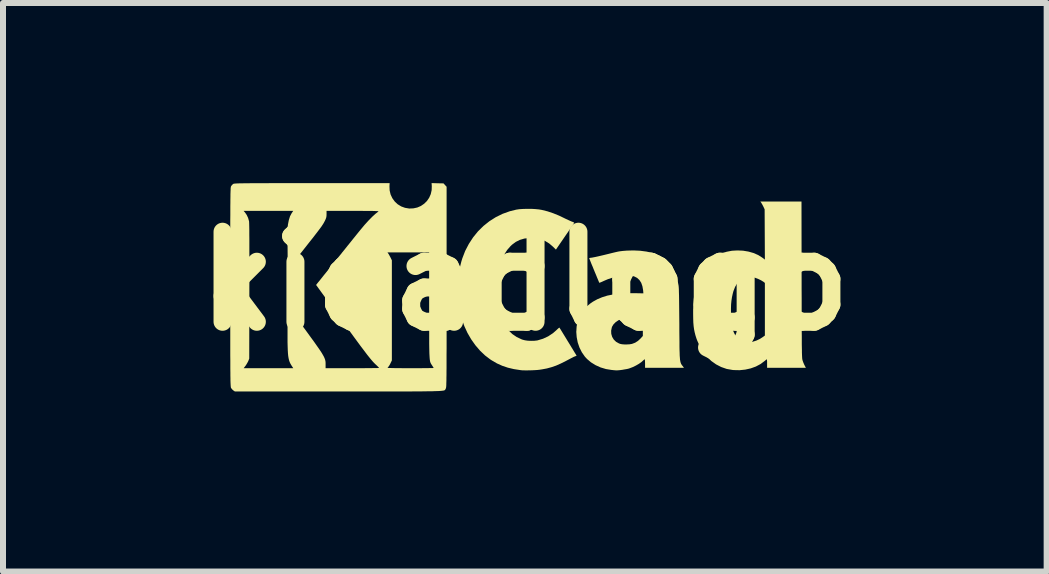
<source format=kicad_pcb>
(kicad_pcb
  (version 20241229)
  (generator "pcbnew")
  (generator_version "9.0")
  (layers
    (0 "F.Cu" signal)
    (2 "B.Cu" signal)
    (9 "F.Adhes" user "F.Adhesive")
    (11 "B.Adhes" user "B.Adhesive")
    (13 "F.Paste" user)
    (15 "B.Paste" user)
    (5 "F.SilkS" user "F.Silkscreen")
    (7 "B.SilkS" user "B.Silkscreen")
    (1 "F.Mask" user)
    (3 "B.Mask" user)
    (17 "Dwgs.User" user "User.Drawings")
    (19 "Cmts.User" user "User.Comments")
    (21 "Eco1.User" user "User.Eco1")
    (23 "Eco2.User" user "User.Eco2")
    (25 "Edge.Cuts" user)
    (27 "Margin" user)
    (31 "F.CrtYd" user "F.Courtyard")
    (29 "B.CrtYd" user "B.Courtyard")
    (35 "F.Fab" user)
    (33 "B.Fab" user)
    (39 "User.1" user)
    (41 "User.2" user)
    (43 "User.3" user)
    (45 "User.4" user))
  (footprint "kicadlogo"
    (layer "F.Cu")
    (at 5.693 1.632)
    (property "Reference" "kicadlogo" (at 0 0 0) (layer "F.SilkS") (effects (font (size 1.5 1.5) (thickness 0.3))))
    (attr board_only exclude_from_pos_files exclude_from_bom)
    (fp_poly (pts (xy 4.611 -0.024) (xy 4.611 0.14) (xy 4.612 0.289) (xy 4.612 0.425) (xy 4.612 0.548) (xy 4.613 0.659) (xy 4.613 0.758) (xy 4.613 0.847) (xy 4.614 0.925) (xy 4.614 0.993) (xy 4.614 1.053) (xy 4.615 1.105) (xy 4.616 1.149) (xy 4.616 1.186) (xy 4.617 1.217) (xy 4.618 1.243) (xy 4.619 1.264) (xy 4.62 1.28) (xy 4.621 1.294) (xy 4.623 1.304) (xy 4.624 1.312) (xy 4.626 1.319) (xy 4.627 1.322) (xy 4.638 1.354) (xy 4.653 1.389) (xy 4.661 1.405) (xy 4.682 1.445) (xy 4.359 1.445) (xy 4.036 1.445) (xy 4.036 1.374) (xy 4.036 1.343) (xy 4.034 1.32) (xy 4.033 1.306) (xy 4.032 1.303) (xy 4.024 1.308) (xy 4.009 1.32) (xy 3.992 1.334) (xy 3.926 1.383) (xy 3.849 1.424) (xy 3.763 1.455) (xy 3.673 1.475) (xy 3.578 1.485) (xy 3.482 1.483) (xy 3.46 1.481) (xy 3.363 1.464) (xy 3.271 1.432) (xy 3.186 1.388) (xy 3.107 1.332) (xy 3.035 1.263) (xy 2.972 1.184) (xy 2.918 1.094) (xy 2.873 0.994) (xy 2.859 0.957) (xy 2.842 0.903) (xy 2.829 0.852) (xy 2.819 0.802) (xy 2.812 0.75) (xy 2.807 0.692) (xy 2.805 0.625) (xy 2.804 0.547) (xy 2.804 0.472) (xy 2.805 0.459) (xy 3.434 0.459) (xy 3.434 0.538) (xy 3.435 0.564) (xy 3.438 0.633) (xy 3.442 0.69) (xy 3.447 0.738) (xy 3.455 0.778) (xy 3.465 0.814) (xy 3.479 0.849) (xy 3.485 0.862) (xy 3.505 0.902) (xy 3.523 0.931) (xy 3.543 0.954) (xy 3.567 0.973) (xy 3.571 0.976) (xy 3.622 1.002) (xy 3.68 1.016) (xy 3.743 1.018) (xy 3.803 1.009) (xy 3.859 0.991) (xy 3.916 0.964) (xy 3.967 0.931) (xy 3.999 0.908) (xy 3.999 0.469) (xy 3.999 0.031) (xy 3.975 0.012) (xy 3.934 -0.013) (xy 3.886 -0.036) (xy 3.838 -0.054) (xy 3.814 -0.06) (xy 3.746 -0.067) (xy 3.684 -0.061) (xy 3.629 -0.041) (xy 3.58 -0.008) (xy 3.538 0.038) (xy 3.503 0.097) (xy 3.475 0.168) (xy 3.464 0.209) (xy 3.451 0.268) (xy 3.442 0.327) (xy 3.436 0.39) (xy 3.434 0.459) (xy 2.805 0.459) (xy 2.806 0.407) (xy 2.809 0.351) (xy 2.814 0.298) (xy 2.821 0.247) (xy 2.831 0.192) (xy 2.838 0.156) (xy 2.867 0.041) (xy 2.906 -0.066) (xy 2.954 -0.163) (xy 3.012 -0.251) (xy 3.06 -0.307) (xy 3.11 -0.354) (xy 3.17 -0.398) (xy 3.236 -0.437) (xy 3.303 -0.468) (xy 3.362 -0.488) (xy 3.451 -0.505) (xy 3.543 -0.51) (xy 3.635 -0.506) (xy 3.725 -0.491) (xy 3.81 -0.467) (xy 3.888 -0.433) (xy 3.956 -0.39) (xy 3.96 -0.387) (xy 3.999 -0.357) (xy 3.997 -0.776) (xy 3.995 -1.195) (xy 3.975 -1.238) (xy 3.961 -1.265) (xy 3.947 -1.29) (xy 3.939 -1.304) (xy 3.923 -1.325) (xy 4.266 -1.325) (xy 4.609 -1.325)) (stroke (width 0) (type solid)) (fill yes) (layer "F.SilkS"))
    (fp_poly (pts (xy 0.108 -1.203) (xy 0.175 -1.199) (xy 0.236 -1.193) (xy 0.283 -1.185) (xy 0.379 -1.161) (xy 0.474 -1.129) (xy 0.57 -1.09) (xy 0.643 -1.055) (xy 0.684 -1.035) (xy 0.723 -1.017) (xy 0.756 -1.002) (xy 0.781 -0.991) (xy 0.793 -0.987) (xy 0.811 -0.98) (xy 0.821 -0.973) (xy 0.822 -0.971) (xy 0.817 -0.963) (xy 0.806 -0.945) (xy 0.787 -0.918) (xy 0.763 -0.882) (xy 0.735 -0.84) (xy 0.702 -0.792) (xy 0.669 -0.744) (xy 0.518 -0.524) (xy 0.468 -0.573) (xy 0.406 -0.626) (xy 0.339 -0.667) (xy 0.265 -0.695) (xy 0.182 -0.712) (xy 0.164 -0.714) (xy 0.074 -0.717) (xy -0.007 -0.708) (xy -0.082 -0.686) (xy -0.151 -0.652) (xy -0.215 -0.604) (xy -0.239 -0.581) (xy -0.294 -0.518) (xy -0.341 -0.445) (xy -0.38 -0.361) (xy -0.412 -0.265) (xy -0.436 -0.158) (xy -0.451 -0.068) (xy -0.455 -0.022) (xy -0.459 0.036) (xy -0.461 0.099) (xy -0.461 0.165) (xy -0.461 0.228) (xy -0.459 0.286) (xy -0.455 0.334) (xy -0.454 0.343) (xy -0.435 0.462) (xy -0.407 0.57) (xy -0.37 0.666) (xy -0.325 0.749) (xy -0.271 0.822) (xy -0.208 0.883) (xy -0.136 0.932) (xy -0.054 0.971) (xy -0.037 0.977) (xy 0.002 0.987) (xy 0.051 0.994) (xy 0.104 0.996) (xy 0.157 0.995) (xy 0.204 0.99) (xy 0.213 0.988) (xy 0.303 0.961) (xy 0.389 0.921) (xy 0.469 0.868) (xy 0.523 0.821) (xy 0.545 0.8) (xy 0.563 0.784) (xy 0.574 0.776) (xy 0.576 0.775) (xy 0.58 0.782) (xy 0.592 0.8) (xy 0.609 0.828) (xy 0.631 0.864) (xy 0.658 0.908) (xy 0.688 0.957) (xy 0.72 1.01) (xy 0.721 1.011) (xy 0.863 1.244) (xy 0.843 1.252) (xy 0.834 1.255) (xy 0.825 1.259) (xy 0.813 1.264) (xy 0.798 1.272) (xy 0.776 1.283) (xy 0.746 1.299) (xy 0.706 1.32) (xy 0.685 1.331) (xy 0.599 1.374) (xy 0.52 1.409) (xy 0.444 1.435) (xy 0.367 1.456) (xy 0.287 1.471) (xy 0.241 1.478) (xy 0.202 1.482) (xy 0.154 1.485) (xy 0.102 1.487) (xy 0.049 1.488) (xy -0.001 1.488) (xy -0.043 1.487) (xy -0.071 1.484) (xy -0.182 1.467) (xy -0.283 1.443) (xy -0.375 1.412) (xy -0.464 1.372) (xy -0.55 1.322) (xy -0.575 1.306) (xy -0.663 1.239) (xy -0.746 1.16) (xy -0.824 1.069) (xy -0.894 0.97) (xy -0.956 0.863) (xy -1.008 0.75) (xy -1.05 0.634) (xy -1.065 0.581) (xy -1.082 0.51) (xy -1.095 0.441) (xy -1.104 0.371) (xy -1.11 0.295) (xy -1.114 0.209) (xy -1.115 0.197) (xy -1.115 0.078) (xy -1.111 -0.031) (xy -1.1 -0.131) (xy -1.082 -0.228) (xy -1.058 -0.323) (xy -1.042 -0.376) (xy -0.994 -0.501) (xy -0.933 -0.618) (xy -0.862 -0.727) (xy -0.781 -0.827) (xy -0.69 -0.917) (xy -0.591 -0.996) (xy -0.484 -1.064) (xy -0.37 -1.12) (xy -0.25 -1.163) (xy -0.145 -1.189) (xy -0.093 -1.197) (xy -0.031 -1.201) (xy 0.038 -1.203)) (stroke (width 0) (type solid)) (fill yes) (layer "F.SilkS"))
    (fp_poly (pts (xy 1.92 -0.505) (xy 2.027 -0.491) (xy 2.126 -0.469) (xy 2.167 -0.457) (xy 2.25 -0.422) (xy 2.325 -0.377) (xy 2.39 -0.322) (xy 2.444 -0.258) (xy 2.482 -0.193) (xy 2.515 -0.114) (xy 2.542 -0.024) (xy 2.561 0.074) (xy 2.562 0.082) (xy 2.564 0.103) (xy 2.566 0.137) (xy 2.567 0.184) (xy 2.569 0.245) (xy 2.57 0.319) (xy 2.571 0.407) (xy 2.572 0.51) (xy 2.573 0.626) (xy 2.574 0.715) (xy 2.574 0.826) (xy 2.575 0.924) (xy 2.576 1.009) (xy 2.576 1.082) (xy 2.577 1.145) (xy 2.579 1.197) (xy 2.58 1.241) (xy 2.583 1.277) (xy 2.585 1.307) (xy 2.589 1.33) (xy 2.593 1.35) (xy 2.598 1.365) (xy 2.603 1.378) (xy 2.61 1.39) (xy 2.617 1.401) (xy 2.626 1.412) (xy 2.651 1.445) (xy 2.327 1.445) (xy 2.003 1.445) (xy 2.003 1.374) (xy 2.002 1.343) (xy 2.001 1.32) (xy 1.998 1.306) (xy 1.997 1.303) (xy 1.988 1.308) (xy 1.976 1.319) (xy 1.944 1.348) (xy 1.902 1.378) (xy 1.852 1.407) (xy 1.799 1.433) (xy 1.747 1.453) (xy 1.725 1.46) (xy 1.698 1.466) (xy 1.662 1.472) (xy 1.623 1.479) (xy 1.585 1.484) (xy 1.551 1.487) (xy 1.526 1.488) (xy 1.519 1.488) (xy 1.507 1.487) (xy 1.484 1.485) (xy 1.455 1.482) (xy 1.445 1.481) (xy 1.352 1.466) (xy 1.262 1.439) (xy 1.178 1.401) (xy 1.102 1.354) (xy 1.036 1.298) (xy 1.001 1.26) (xy 0.95 1.187) (xy 0.91 1.107) (xy 0.881 1.022) (xy 0.864 0.934) (xy 0.857 0.845) (xy 0.859 0.826) (xy 1.438 0.826) (xy 1.44 0.88) (xy 1.455 0.93) (xy 1.482 0.975) (xy 1.52 1.012) (xy 1.568 1.039) (xy 1.59 1.047) (xy 1.619 1.053) (xy 1.658 1.056) (xy 1.701 1.056) (xy 1.743 1.054) (xy 1.779 1.048) (xy 1.785 1.047) (xy 1.838 1.027) (xy 1.885 0.997) (xy 1.928 0.957) (xy 1.966 0.915) (xy 1.966 0.759) (xy 1.966 0.604) (xy 1.931 0.598) (xy 1.894 0.594) (xy 1.848 0.593) (xy 1.798 0.594) (xy 1.748 0.597) (xy 1.705 0.601) (xy 1.68 0.606) (xy 1.616 0.626) (xy 1.56 0.653) (xy 1.512 0.686) (xy 1.476 0.723) (xy 1.452 0.763) (xy 1.45 0.77) (xy 1.438 0.826) (xy 0.859 0.826) (xy 0.863 0.756) (xy 0.88 0.67) (xy 0.909 0.59) (xy 0.945 0.523) (xy 0.983 0.473) (xy 1.031 0.424) (xy 1.085 0.378) (xy 1.134 0.344) (xy 1.208 0.303) (xy 1.287 0.27) (xy 1.373 0.243) (xy 1.468 0.224) (xy 1.572 0.21) (xy 1.687 0.203) (xy 1.814 0.202) (xy 1.827 0.202) (xy 1.975 0.205) (xy 1.971 0.156) (xy 1.959 0.087) (xy 1.939 0.029) (xy 1.909 -0.017) (xy 1.87 -0.053) (xy 1.82 -0.078) (xy 1.761 -0.092) (xy 1.691 -0.096) (xy 1.611 -0.09) (xy 1.578 -0.085) (xy 1.48 -0.063) (xy 1.386 -0.032) (xy 1.316 -0.002) (xy 1.286 0.012) (xy 1.262 0.022) (xy 1.246 0.028) (xy 1.241 0.029) (xy 1.237 0.021) (xy 1.229 0.002) (xy 1.217 -0.027) (xy 1.202 -0.063) (xy 1.185 -0.105) (xy 1.166 -0.15) (xy 1.147 -0.196) (xy 1.129 -0.241) (xy 1.111 -0.283) (xy 1.096 -0.321) (xy 1.084 -0.351) (xy 1.076 -0.371) (xy 1.072 -0.381) (xy 1.072 -0.381) (xy 1.079 -0.384) (xy 1.097 -0.388) (xy 1.118 -0.39) (xy 1.138 -0.394) (xy 1.17 -0.4) (xy 1.211 -0.409) (xy 1.259 -0.42) (xy 1.31 -0.432) (xy 1.343 -0.44) (xy 1.408 -0.456) (xy 1.46 -0.469) (xy 1.502 -0.479) (xy 1.537 -0.487) (xy 1.566 -0.493) (xy 1.593 -0.497) (xy 1.618 -0.5) (xy 1.646 -0.503) (xy 1.677 -0.505) (xy 1.696 -0.507) (xy 1.809 -0.51)) (stroke (width 0) (type solid)) (fill yes) (layer "F.SilkS"))
    (fp_poly (pts (xy -1.454 -1.629) (xy -1.354 -1.627) (xy -1.329 -1.599) (xy -1.303 -1.571) (xy -1.303 0.099) (xy -1.303 0.284) (xy -1.303 0.456) (xy -1.303 0.614) (xy -1.303 0.758) (xy -1.303 0.89) (xy -1.303 1.01) (xy -1.303 1.119) (xy -1.304 1.217) (xy -1.304 1.305) (xy -1.304 1.383) (xy -1.304 1.452) (xy -1.305 1.512) (xy -1.305 1.565) (xy -1.306 1.61) (xy -1.306 1.648) (xy -1.307 1.681) (xy -1.308 1.707) (xy -1.308 1.729) (xy -1.309 1.746) (xy -1.31 1.76) (xy -1.311 1.77) (xy -1.313 1.778) (xy -1.314 1.784) (xy -1.315 1.788) (xy -1.317 1.791) (xy -1.318 1.793) (xy -1.321 1.798) (xy -1.323 1.803) (xy -1.325 1.807) (xy -1.327 1.811) (xy -1.33 1.815) (xy -1.335 1.818) (xy -1.343 1.821) (xy -1.352 1.824) (xy -1.365 1.826) (xy -1.382 1.828) (xy -1.404 1.83) (xy -1.43 1.832) (xy -1.462 1.833) (xy -1.5 1.834) (xy -1.545 1.836) (xy -1.596 1.836) (xy -1.656 1.837) (xy -1.724 1.838) (xy -1.801 1.838) (xy -1.887 1.839) (xy -1.984 1.839) (xy -2.09 1.839) (xy -2.209 1.839) (xy -2.338 1.839) (xy -2.481 1.839) (xy -2.636 1.839) (xy -2.804 1.839) (xy -2.986 1.839) (xy -3.108 1.839) (xy -4.831 1.839) (xy -4.856 1.822) (xy -4.876 1.804) (xy -4.893 1.782) (xy -4.894 1.78) (xy -4.896 1.776) (xy -4.897 1.771) (xy -4.898 1.765) (xy -4.899 1.755) (xy -4.9 1.743) (xy -4.901 1.727) (xy -4.902 1.707) (xy -4.903 1.682) (xy -4.904 1.652) (xy -4.904 1.616) (xy -4.905 1.573) (xy -4.905 1.523) (xy -4.906 1.465) (xy -4.906 1.399) (xy -4.906 1.324) (xy -4.907 1.24) (xy -4.907 1.146) (xy -4.907 1.04) (xy -4.907 0.924) (xy -4.907 0.796) (xy -4.907 0.655) (xy -4.907 0.502) (xy -4.907 0.335) (xy -4.907 0.154) (xy -4.907 0.102) (xy -4.907 -0.084) (xy -4.907 -0.255) (xy -4.907 -0.413) (xy -4.907 -0.557) (xy -4.907 -0.689) (xy -4.907 -0.808) (xy -4.907 -0.917) (xy -4.907 -1.014) (xy -4.906 -1.102) (xy -4.906 -1.169) (xy -4.685 -1.169) (xy -4.661 -1.142) (xy -4.633 -1.101) (xy -4.61 -1.052) (xy -4.595 -0.999) (xy -4.594 -0.996) (xy -4.593 -0.982) (xy -4.592 -0.954) (xy -4.591 -0.91) (xy -4.59 -0.852) (xy -4.59 -0.78) (xy -4.589 -0.693) (xy -4.589 -0.593) (xy -4.589 -0.478) (xy -4.588 -0.349) (xy -4.588 -0.207) (xy -4.588 -0.051) (xy -4.589 0.119) (xy -4.589 0.168) (xy -4.591 1.292) (xy -4.607 1.333) (xy -4.622 1.362) (xy -4.641 1.394) (xy -4.654 1.413) (xy -4.684 1.452) (xy -4.27 1.452) (xy -3.857 1.452) (xy -3.883 1.413) (xy -3.897 1.39) (xy -3.91 1.366) (xy -3.92 1.342) (xy -3.929 1.314) (xy -3.936 1.283) (xy -3.942 1.246) (xy -3.946 1.202) (xy -3.949 1.151) (xy -3.951 1.091) (xy -3.953 1.021) (xy -3.953 0.939) (xy -3.953 0.844) (xy -3.953 0.777) (xy -3.95 0.412) (xy -3.686 0.772) (xy -3.62 0.862) (xy -3.563 0.941) (xy -3.513 1.009) (xy -3.471 1.069) (xy -3.435 1.12) (xy -3.405 1.164) (xy -3.381 1.201) (xy -3.362 1.234) (xy -3.347 1.261) (xy -3.336 1.286) (xy -3.328 1.307) (xy -3.323 1.328) (xy -3.32 1.347) (xy -3.319 1.367) (xy -3.319 1.388) (xy -3.319 1.391) (xy -3.319 1.452) (xy -2.873 1.452) (xy -2.793 1.452) (xy -2.718 1.452) (xy -2.649 1.451) (xy -2.586 1.451) (xy -2.532 1.45) (xy -2.488 1.45) (xy -2.455 1.449) (xy -2.435 1.448) (xy -2.428 1.448) (xy -2.433 1.441) (xy -2.446 1.427) (xy -2.466 1.407) (xy -2.479 1.395) (xy -2.495 1.38) (xy -2.512 1.363) (xy -2.53 1.344) (xy -2.549 1.322) (xy -2.571 1.296) (xy -2.596 1.265) (xy -2.624 1.23) (xy -2.656 1.188) (xy -2.692 1.14) (xy -2.734 1.085) (xy -2.781 1.021) (xy -2.834 0.949) (xy -2.894 0.867) (xy -2.962 0.774) (xy -3.037 0.671) (xy -3.075 0.619) (xy -3.477 0.065) (xy -3.45 0.03) (xy -3.425 -0.000139) (xy -3.393 -0.04) (xy -3.356 -0.087) (xy -3.313 -0.14) (xy -3.266 -0.198) (xy -3.216 -0.26) (xy -3.164 -0.325) (xy -3.111 -0.391) (xy -3.057 -0.457) (xy -3.042 -0.477) (xy -2.288 -0.477) (xy -2.276 -0.46) (xy -2.266 -0.445) (xy -2.253 -0.421) (xy -2.239 -0.395) (xy -2.215 -0.346) (xy -2.215 0.488) (xy -2.215 1.322) (xy -2.237 1.368) (xy -2.25 1.394) (xy -2.263 1.415) (xy -2.272 1.427) (xy -2.283 1.439) (xy -2.286 1.446) (xy -2.279 1.447) (xy -2.258 1.448) (xy -2.225 1.449) (xy -2.182 1.45) (xy -2.129 1.451) (xy -2.068 1.451) (xy -2.001 1.452) (xy -1.928 1.452) (xy -1.903 1.452) (xy -1.829 1.452) (xy -1.759 1.452) (xy -1.696 1.451) (xy -1.64 1.451) (xy -1.593 1.45) (xy -1.557 1.45) (xy -1.532 1.449) (xy -1.52 1.448) (xy -1.519 1.448) (xy -1.523 1.44) (xy -1.533 1.424) (xy -1.545 1.405) (xy -1.552 1.395) (xy -1.558 1.385) (xy -1.564 1.375) (xy -1.569 1.365) (xy -1.574 1.353) (xy -1.578 1.339) (xy -1.581 1.322) (xy -1.584 1.301) (xy -1.586 1.275) (xy -1.588 1.243) (xy -1.59 1.205) (xy -1.591 1.159) (xy -1.592 1.106) (xy -1.593 1.043) (xy -1.593 0.971) (xy -1.593 0.888) (xy -1.593 0.794) (xy -1.594 0.687) (xy -1.594 0.568) (xy -1.594 0.434) (xy -1.594 0.401) (xy -1.594 -0.477) (xy -1.941 -0.477) (xy -2.288 -0.477) (xy -3.042 -0.477) (xy -3.005 -0.522) (xy -2.955 -0.585) (xy -2.907 -0.644) (xy -2.864 -0.698) (xy -2.825 -0.746) (xy -2.793 -0.786) (xy -2.767 -0.818) (xy -2.749 -0.84) (xy -2.745 -0.845) (xy -2.671 -0.934) (xy -2.603 -1.009) (xy -2.541 -1.072) (xy -2.486 -1.122) (xy -2.442 -1.156) (xy -2.439 -1.158) (xy -2.438 -1.161) (xy -2.441 -1.162) (xy -2.449 -1.164) (xy -2.463 -1.165) (xy -2.483 -1.166) (xy -2.511 -1.167) (xy -2.548 -1.168) (xy -2.596 -1.168) (xy -2.654 -1.168) (xy -2.724 -1.169) (xy -2.808 -1.169) (xy -2.863 -1.169) (xy -3.303 -1.169) (xy -3.303 -1.115) (xy -3.304 -1.085) (xy -3.308 -1.06) (xy -3.316 -1.036) (xy -3.33 -1.005) (xy -3.339 -0.988) (xy -3.348 -0.971) (xy -3.358 -0.954) (xy -3.371 -0.934) (xy -3.386 -0.911) (xy -3.405 -0.885) (xy -3.429 -0.853) (xy -3.457 -0.816) (xy -3.491 -0.772) (xy -3.531 -0.72) (xy -3.579 -0.66) (xy -3.634 -0.59) (xy -3.697 -0.51) (xy -3.95 -0.19) (xy -3.952 -0.533) (xy -3.953 -0.623) (xy -3.953 -0.705) (xy -3.952 -0.777) (xy -3.951 -0.837) (xy -3.95 -0.885) (xy -3.948 -0.92) (xy -3.947 -0.937) (xy -3.932 -1.013) (xy -3.912 -1.078) (xy -3.884 -1.131) (xy -3.884 -1.131) (xy -3.858 -1.169) (xy -4.272 -1.169) (xy -4.685 -1.169) (xy -4.906 -1.169) (xy -4.906 -1.179) (xy -4.906 -1.248) (xy -4.905 -1.308) (xy -4.905 -1.36) (xy -4.904 -1.405) (xy -4.904 -1.443) (xy -4.903 -1.475) (xy -4.902 -1.501) (xy -4.901 -1.522) (xy -4.901 -1.539) (xy -4.9 -1.552) (xy -4.898 -1.562) (xy -4.897 -1.569) (xy -4.896 -1.574) (xy -4.895 -1.577) (xy -4.88 -1.598) (xy -4.861 -1.616) (xy -4.859 -1.617) (xy -4.856 -1.619) (xy -4.852 -1.62) (xy -4.846 -1.622) (xy -4.838 -1.623) (xy -4.827 -1.624) (xy -4.813 -1.625) (xy -4.794 -1.626) (xy -4.771 -1.627) (xy -4.742 -1.628) (xy -4.707 -1.628) (xy -4.664 -1.629) (xy -4.615 -1.629) (xy -4.557 -1.63) (xy -4.49 -1.63) (xy -4.414 -1.63) (xy -4.327 -1.63) (xy -4.23 -1.631) (xy -4.121 -1.631) (xy -4 -1.631) (xy -3.866 -1.631) (xy -3.718 -1.631) (xy -3.557 -1.631) (xy -3.544 -1.631) (xy -2.252 -1.631) (xy -2.255 -1.58) (xy -2.252 -1.509) (xy -2.236 -1.442) (xy -2.207 -1.38) (xy -2.167 -1.325) (xy -2.118 -1.279) (xy -2.059 -1.243) (xy -1.996 -1.22) (xy -1.925 -1.208) (xy -1.856 -1.211) (xy -1.791 -1.225) (xy -1.731 -1.251) (xy -1.677 -1.288) (xy -1.631 -1.333) (xy -1.594 -1.387) (xy -1.567 -1.448) (xy -1.552 -1.515) (xy -1.55 -1.58) (xy -1.553 -1.632)) (stroke (width 0) (type solid)) (fill yes) (layer "F.SilkS")))
  (gr_rect
    (start -3 -3)
    (end 14.386 6.471)
    (stroke (width 0.1) (type default))
    (fill no)
    (layer "Edge.Cuts")))
</source>
